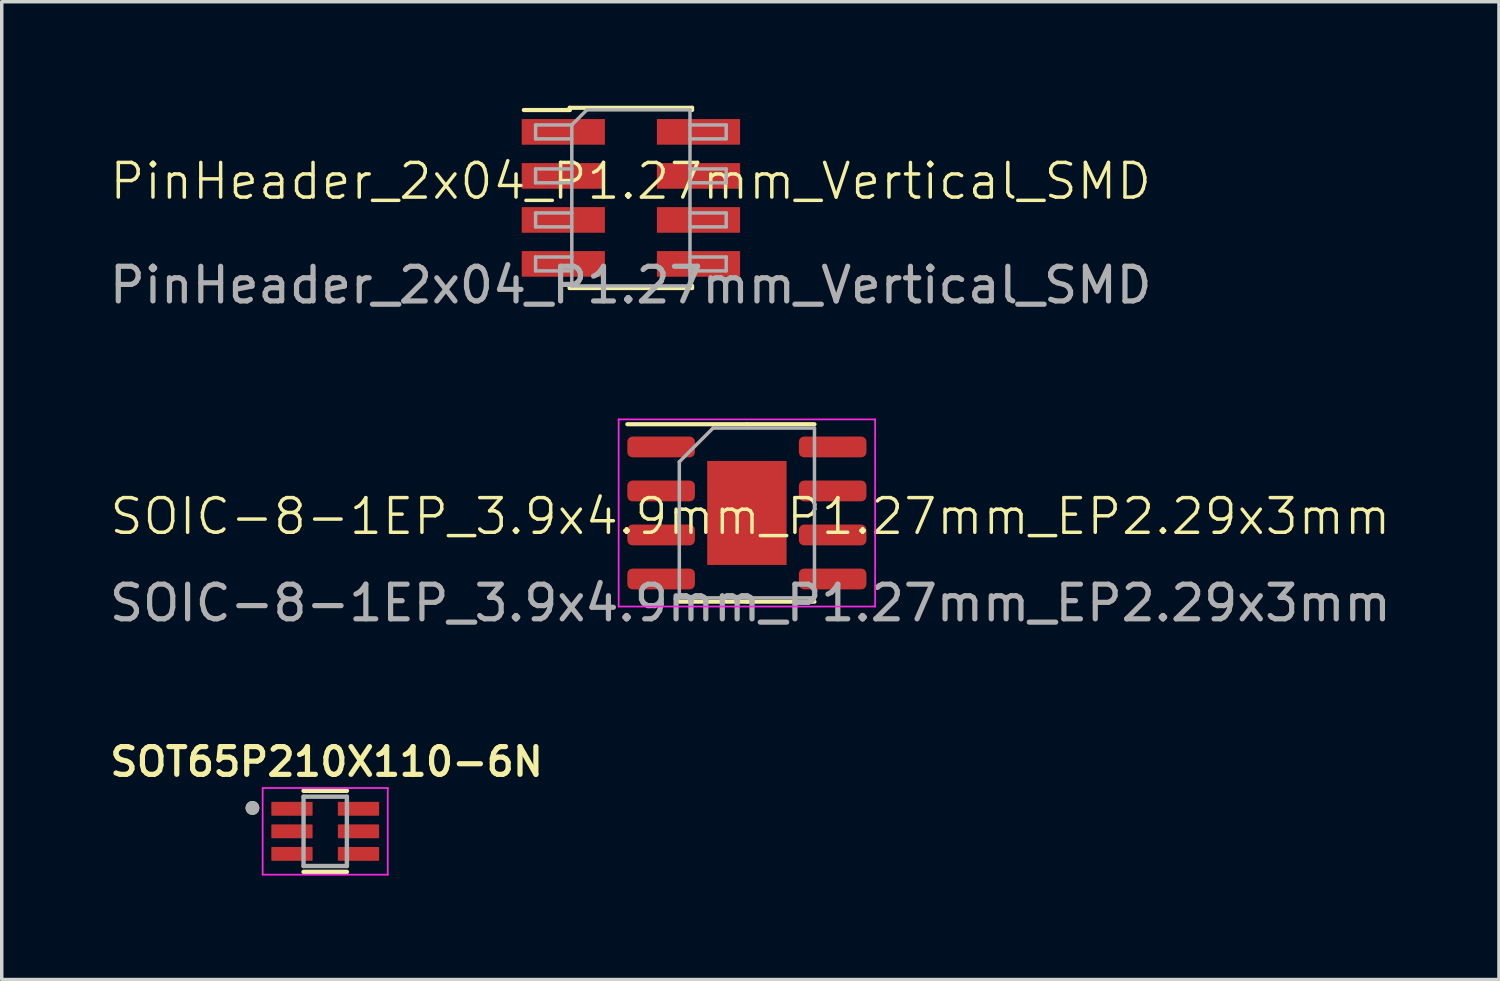
<source format=kicad_pcb>
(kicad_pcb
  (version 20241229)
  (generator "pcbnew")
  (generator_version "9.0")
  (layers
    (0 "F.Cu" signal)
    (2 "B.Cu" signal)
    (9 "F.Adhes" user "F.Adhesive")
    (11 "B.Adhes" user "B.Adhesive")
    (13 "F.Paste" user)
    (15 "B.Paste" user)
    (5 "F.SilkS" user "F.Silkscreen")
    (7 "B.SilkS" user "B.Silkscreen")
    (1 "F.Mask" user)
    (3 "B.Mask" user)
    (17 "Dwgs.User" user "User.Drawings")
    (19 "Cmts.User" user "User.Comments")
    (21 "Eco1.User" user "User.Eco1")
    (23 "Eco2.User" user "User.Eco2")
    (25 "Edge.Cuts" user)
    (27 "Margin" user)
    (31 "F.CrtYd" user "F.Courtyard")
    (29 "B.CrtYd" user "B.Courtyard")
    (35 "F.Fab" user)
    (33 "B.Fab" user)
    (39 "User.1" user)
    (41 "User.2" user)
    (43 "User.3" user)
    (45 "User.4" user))
  (footprint "SOIC-8-1EP_3.9x4.9mm_P1.27mm_EP2.29x3mm"
    (layer "F.Cu")
    (at 18.601 11.851)
    (property "Reference" "SOIC-8-1EP_3.9x4.9mm_P1.27mm_EP2.29x3mm" (at 0 0 0) (unlocked yes) (layer "F.SilkS") (effects (font (size 1 1) (thickness 0.1))))
    (attr smd)
    (fp_line (start -0.1 -2.66) (end -3.55 -2.66) (stroke (width 0.12) (type solid)) (layer "F.SilkS"))
    (fp_line (start -0.1 -2.66) (end 1.85 -2.66) (stroke (width 0.12) (type solid)) (layer "F.SilkS"))
    (fp_line (start -0.1 2.46) (end -2.05 2.46) (stroke (width 0.12) (type solid)) (layer "F.SilkS"))
    (fp_line (start -0.1 2.46) (end 1.85 2.46) (stroke (width 0.12) (type solid)) (layer "F.SilkS"))
    (fp_line (start -3.8 -2.8) (end -3.8 2.6) (stroke (width 0.05) (type solid)) (layer "F.CrtYd"))
    (fp_line (start -3.8 2.6) (end 3.6 2.6) (stroke (width 0.05) (type solid)) (layer "F.CrtYd"))
    (fp_line (start 3.6 -2.8) (end -3.8 -2.8) (stroke (width 0.05) (type solid)) (layer "F.CrtYd"))
    (fp_line (start 3.6 2.6) (end 3.6 -2.8) (stroke (width 0.05) (type solid)) (layer "F.CrtYd"))
    (fp_line (start -2.05 -1.575) (end -1.075 -2.55) (stroke (width 0.1) (type solid)) (layer "F.Fab"))
    (fp_line (start -2.05 2.35) (end -2.05 -1.575) (stroke (width 0.1) (type solid)) (layer "F.Fab"))
    (fp_line (start -1.075 -2.55) (end 1.85 -2.55) (stroke (width 0.1) (type solid)) (layer "F.Fab"))
    (fp_line (start 1.85 -2.55) (end 1.85 2.35) (stroke (width 0.1) (type solid)) (layer "F.Fab"))
    (fp_line (start 1.85 2.35) (end -2.05 2.35) (stroke (width 0.1) (type solid)) (layer "F.Fab"))
    (fp_text user "${REFERENCE}" (at 0 2.5 0) (unlocked yes) (layer "F.Fab") (effects (font (size 1 1) (thickness 0.15))))
    (pad "" smd roundrect (at -0.67 -0.85) (size 0.92 1.21) (layers "F.Paste") (roundrect_rratio 0.25))
    (pad "" smd roundrect (at -0.67 0.65) (size 0.92 1.21) (layers "F.Paste") (roundrect_rratio 0.25))
    (pad "" smd roundrect (at 0.47 -0.85) (size 0.92 1.21) (layers "F.Paste") (roundrect_rratio 0.25))
    (pad "" smd roundrect (at 0.47 0.65) (size 0.92 1.21) (layers "F.Paste") (roundrect_rratio 0.25))
    (pad "1" smd roundrect (at -2.575 -2.005) (size 1.95 0.6) (layers "F.Cu" "F.Mask" "F.Paste") (roundrect_rratio 0.25))
    (pad "2" smd roundrect (at -2.575 -0.735) (size 1.95 0.6) (layers "F.Cu" "F.Mask" "F.Paste") (roundrect_rratio 0.25))
    (pad "3" smd roundrect (at -2.575 0.535) (size 1.95 0.6) (layers "F.Cu" "F.Mask" "F.Paste") (roundrect_rratio 0.25))
    (pad "4" smd roundrect (at -2.575 1.805) (size 1.95 0.6) (layers "F.Cu" "F.Mask" "F.Paste") (roundrect_rratio 0.25))
    (pad "5" smd roundrect (at 2.375 1.805) (size 1.95 0.6) (layers "F.Cu" "F.Mask" "F.Paste") (roundrect_rratio 0.25))
    (pad "6" smd roundrect (at 2.375 0.535) (size 1.95 0.6) (layers "F.Cu" "F.Mask" "F.Paste") (roundrect_rratio 0.25))
    (pad "7" smd roundrect (at 2.375 -0.735) (size 1.95 0.6) (layers "F.Cu" "F.Mask" "F.Paste") (roundrect_rratio 0.25))
    (pad "8" smd roundrect (at 2.375 -2.005) (size 1.95 0.6) (layers "F.Cu" "F.Mask" "F.Paste") (roundrect_rratio 0.25))
    (pad "9" smd rect (at -0.1 -0.1) (size 2.29 3) (layers "F.Cu" "F.Mask")))
  (footprint "PinHeader_2x04_P1.27mm_Vertical_SMD"
    (layer "F.Cu")
    (at 15.149 2.678)
    (property "Reference" "PinHeader_2x04_P1.27mm_Vertical_SMD" (at 0 -0.5 0) (unlocked yes) (layer "F.SilkS") (effects (font (size 1 1) (thickness 0.1))))
    (attr smd)
    (fp_line (start -3.085 -2.553) (end -1.76 -2.553) (stroke (width 0.12) (type solid)) (layer "F.SilkS"))
    (fp_line (start -1.76 -2.618) (end -1.76 -2.553) (stroke (width 0.12) (type solid)) (layer "F.SilkS"))
    (fp_line (start -1.76 -2.618) (end 1.77 -2.618) (stroke (width 0.12) (type solid)) (layer "F.SilkS"))
    (fp_line (start -1.76 2.518) (end -1.76 2.583) (stroke (width 0.12) (type solid)) (layer "F.SilkS"))
    (fp_line (start -1.76 2.583) (end 1.77 2.583) (stroke (width 0.12) (type solid)) (layer "F.SilkS"))
    (fp_line (start 1.77 -2.618) (end 1.77 -2.553) (stroke (width 0.12) (type solid)) (layer "F.SilkS"))
    (fp_line (start 1.77 2.518) (end 1.77 2.583) (stroke (width 0.12) (type solid)) (layer "F.SilkS"))
    (fp_line (start -2.745 -2.123) (end -2.745 -1.722) (stroke (width 0.1) (type solid)) (layer "F.Fab"))
    (fp_line (start -2.745 -1.722) (end -1.7 -1.722) (stroke (width 0.1) (type solid)) (layer "F.Fab"))
    (fp_line (start -2.745 -0.853) (end -2.745 -0.453) (stroke (width 0.1) (type solid)) (layer "F.Fab"))
    (fp_line (start -2.745 -0.453) (end -1.7 -0.453) (stroke (width 0.1) (type solid)) (layer "F.Fab"))
    (fp_line (start -2.745 0.417) (end -2.745 0.818) (stroke (width 0.1) (type solid)) (layer "F.Fab"))
    (fp_line (start -2.745 0.818) (end -1.7 0.818) (stroke (width 0.1) (type solid)) (layer "F.Fab"))
    (fp_line (start -2.745 1.688) (end -2.745 2.087) (stroke (width 0.1) (type solid)) (layer "F.Fab"))
    (fp_line (start -2.745 2.087) (end -1.7 2.087) (stroke (width 0.1) (type solid)) (layer "F.Fab"))
    (fp_line (start -1.7 -2.123) (end -2.745 -2.123) (stroke (width 0.1) (type solid)) (layer "F.Fab"))
    (fp_line (start -1.7 -2.123) (end -1.265 -2.558) (stroke (width 0.1) (type solid)) (layer "F.Fab"))
    (fp_line (start -1.7 -0.853) (end -2.745 -0.853) (stroke (width 0.1) (type solid)) (layer "F.Fab"))
    (fp_line (start -1.7 0.417) (end -2.745 0.417) (stroke (width 0.1) (type solid)) (layer "F.Fab"))
    (fp_line (start -1.7 1.688) (end -2.745 1.688) (stroke (width 0.1) (type solid)) (layer "F.Fab"))
    (fp_line (start -1.7 2.522) (end -1.7 -2.123) (stroke (width 0.1) (type solid)) (layer "F.Fab"))
    (fp_line (start -1.265 -2.558) (end 1.71 -2.558) (stroke (width 0.1) (type solid)) (layer "F.Fab"))
    (fp_line (start 1.71 -2.558) (end 1.71 2.522) (stroke (width 0.1) (type solid)) (layer "F.Fab"))
    (fp_line (start 1.71 -2.123) (end 2.755 -2.123) (stroke (width 0.1) (type solid)) (layer "F.Fab"))
    (fp_line (start 1.71 -0.853) (end 2.755 -0.853) (stroke (width 0.1) (type solid)) (layer "F.Fab"))
    (fp_line (start 1.71 0.417) (end 2.755 0.417) (stroke (width 0.1) (type solid)) (layer "F.Fab"))
    (fp_line (start 1.71 1.688) (end 2.755 1.688) (stroke (width 0.1) (type solid)) (layer "F.Fab"))
    (fp_line (start 1.71 2.522) (end -1.7 2.522) (stroke (width 0.1) (type solid)) (layer "F.Fab"))
    (fp_line (start 2.755 -2.123) (end 2.755 -1.722) (stroke (width 0.1) (type solid)) (layer "F.Fab"))
    (fp_line (start 2.755 -1.722) (end 1.71 -1.722) (stroke (width 0.1) (type solid)) (layer "F.Fab"))
    (fp_line (start 2.755 -0.853) (end 2.755 -0.453) (stroke (width 0.1) (type solid)) (layer "F.Fab"))
    (fp_line (start 2.755 -0.453) (end 1.71 -0.453) (stroke (width 0.1) (type solid)) (layer "F.Fab"))
    (fp_line (start 2.755 0.417) (end 2.755 0.818) (stroke (width 0.1) (type solid)) (layer "F.Fab"))
    (fp_line (start 2.755 0.818) (end 1.71 0.818) (stroke (width 0.1) (type solid)) (layer "F.Fab"))
    (fp_line (start 2.755 1.688) (end 2.755 2.087) (stroke (width 0.1) (type solid)) (layer "F.Fab"))
    (fp_line (start 2.755 2.087) (end 1.71 2.087) (stroke (width 0.1) (type solid)) (layer "F.Fab"))
    (fp_text user "${REFERENCE}" (at 0 2.5 0) (unlocked yes) (layer "F.Fab") (effects (font (size 1 1) (thickness 0.15))))
    (pad "1" smd rect (at -1.945 -1.923) (size 2.4 0.74) (layers "F.Cu" "F.Mask" "F.Paste"))
    (pad "2" smd rect (at 1.955 -1.923) (size 2.4 0.74) (layers "F.Cu" "F.Mask" "F.Paste"))
    (pad "3" smd rect (at -1.945 -0.652) (size 2.4 0.74) (layers "F.Cu" "F.Mask" "F.Paste"))
    (pad "4" smd rect (at 1.955 -0.652) (size 2.4 0.74) (layers "F.Cu" "F.Mask" "F.Paste"))
    (pad "5" smd rect (at -1.945 0.618) (size 2.4 0.74) (layers "F.Cu" "F.Mask" "F.Paste"))
    (pad "6" smd rect (at 1.955 0.618) (size 2.4 0.74) (layers "F.Cu" "F.Mask" "F.Paste"))
    (pad "7" smd rect (at -1.945 1.887) (size 2.4 0.74) (layers "F.Cu" "F.Mask" "F.Paste"))
    (pad "8" smd rect (at 1.955 1.887) (size 2.4 0.74) (layers "F.Cu" "F.Mask" "F.Paste")))
  (footprint "SOT65P210X110-6N"
    (layer "F.Cu")
    (at 6.334 20.938)
    (property "Reference" "SOT65P210X110-6N" (at 0.04 -2.008 0) (layer "F.SilkS") (effects (font (size 0.8 0.8) (thickness 0.15))))
    (attr smd)
    (fp_line (start -0.625 -1.17) (end 0.625 -1.17) (stroke (width 0.127) (type solid)) (layer "F.SilkS"))
    (fp_line (start -0.625 1.17) (end 0.625 1.17) (stroke (width 0.127) (type solid)) (layer "F.SilkS"))
    (fp_circle (center -2.1 -0.675) (end -2 -0.675) (stroke (width 0.2) (type solid)) (fill no) (layer "F.SilkS"))
    (fp_line (start -1.805 -1.25) (end -1.805 1.25) (stroke (width 0.05) (type solid)) (layer "F.CrtYd"))
    (fp_line (start -1.805 1.25) (end 1.805 1.25) (stroke (width 0.05) (type solid)) (layer "F.CrtYd"))
    (fp_line (start 1.805 -1.25) (end -1.805 -1.25) (stroke (width 0.05) (type solid)) (layer "F.CrtYd"))
    (fp_line (start 1.805 1.25) (end 1.805 -1.25) (stroke (width 0.05) (type solid)) (layer "F.CrtYd"))
    (fp_line (start -0.625 -1) (end -0.625 1) (stroke (width 0.127) (type solid)) (layer "F.Fab"))
    (fp_line (start -0.625 1) (end 0.625 1) (stroke (width 0.127) (type solid)) (layer "F.Fab"))
    (fp_line (start 0.625 -1) (end -0.625 -1) (stroke (width 0.127) (type solid)) (layer "F.Fab"))
    (fp_line (start 0.625 1) (end 0.625 -1) (stroke (width 0.127) (type solid)) (layer "F.Fab"))
    (fp_circle (center -2.1 -0.675) (end -2 -0.675) (stroke (width 0.2) (type solid)) (fill no) (layer "F.Fab"))
    (pad "1" smd roundrect (at -0.96 -0.65) (size 1.19 0.4) (layers "F.Cu" "F.Mask" "F.Paste") (roundrect_rratio 0.05))
    (pad "2" smd roundrect (at -0.96 0) (size 1.19 0.4) (layers "F.Cu" "F.Mask" "F.Paste") (roundrect_rratio 0.05))
    (pad "3" smd roundrect (at -0.96 0.65) (size 1.19 0.4) (layers "F.Cu" "F.Mask" "F.Paste") (roundrect_rratio 0.05))
    (pad "4" smd roundrect (at 0.96 0.65) (size 1.19 0.4) (layers "F.Cu" "F.Mask" "F.Paste") (roundrect_rratio 0.05))
    (pad "5" smd roundrect (at 0.96 0) (size 1.19 0.4) (layers "F.Cu" "F.Mask" "F.Paste") (roundrect_rratio 0.05))
    (pad "6" smd roundrect (at 0.96 -0.65) (size 1.19 0.4) (layers "F.Cu" "F.Mask" "F.Paste") (roundrect_rratio 0.05)))
  (gr_rect
    (start -3 -3)
    (end 40.202 25.213)
    (stroke (width 0.1) (type default))
    (fill no)
    (layer "Edge.Cuts")))
</source>
